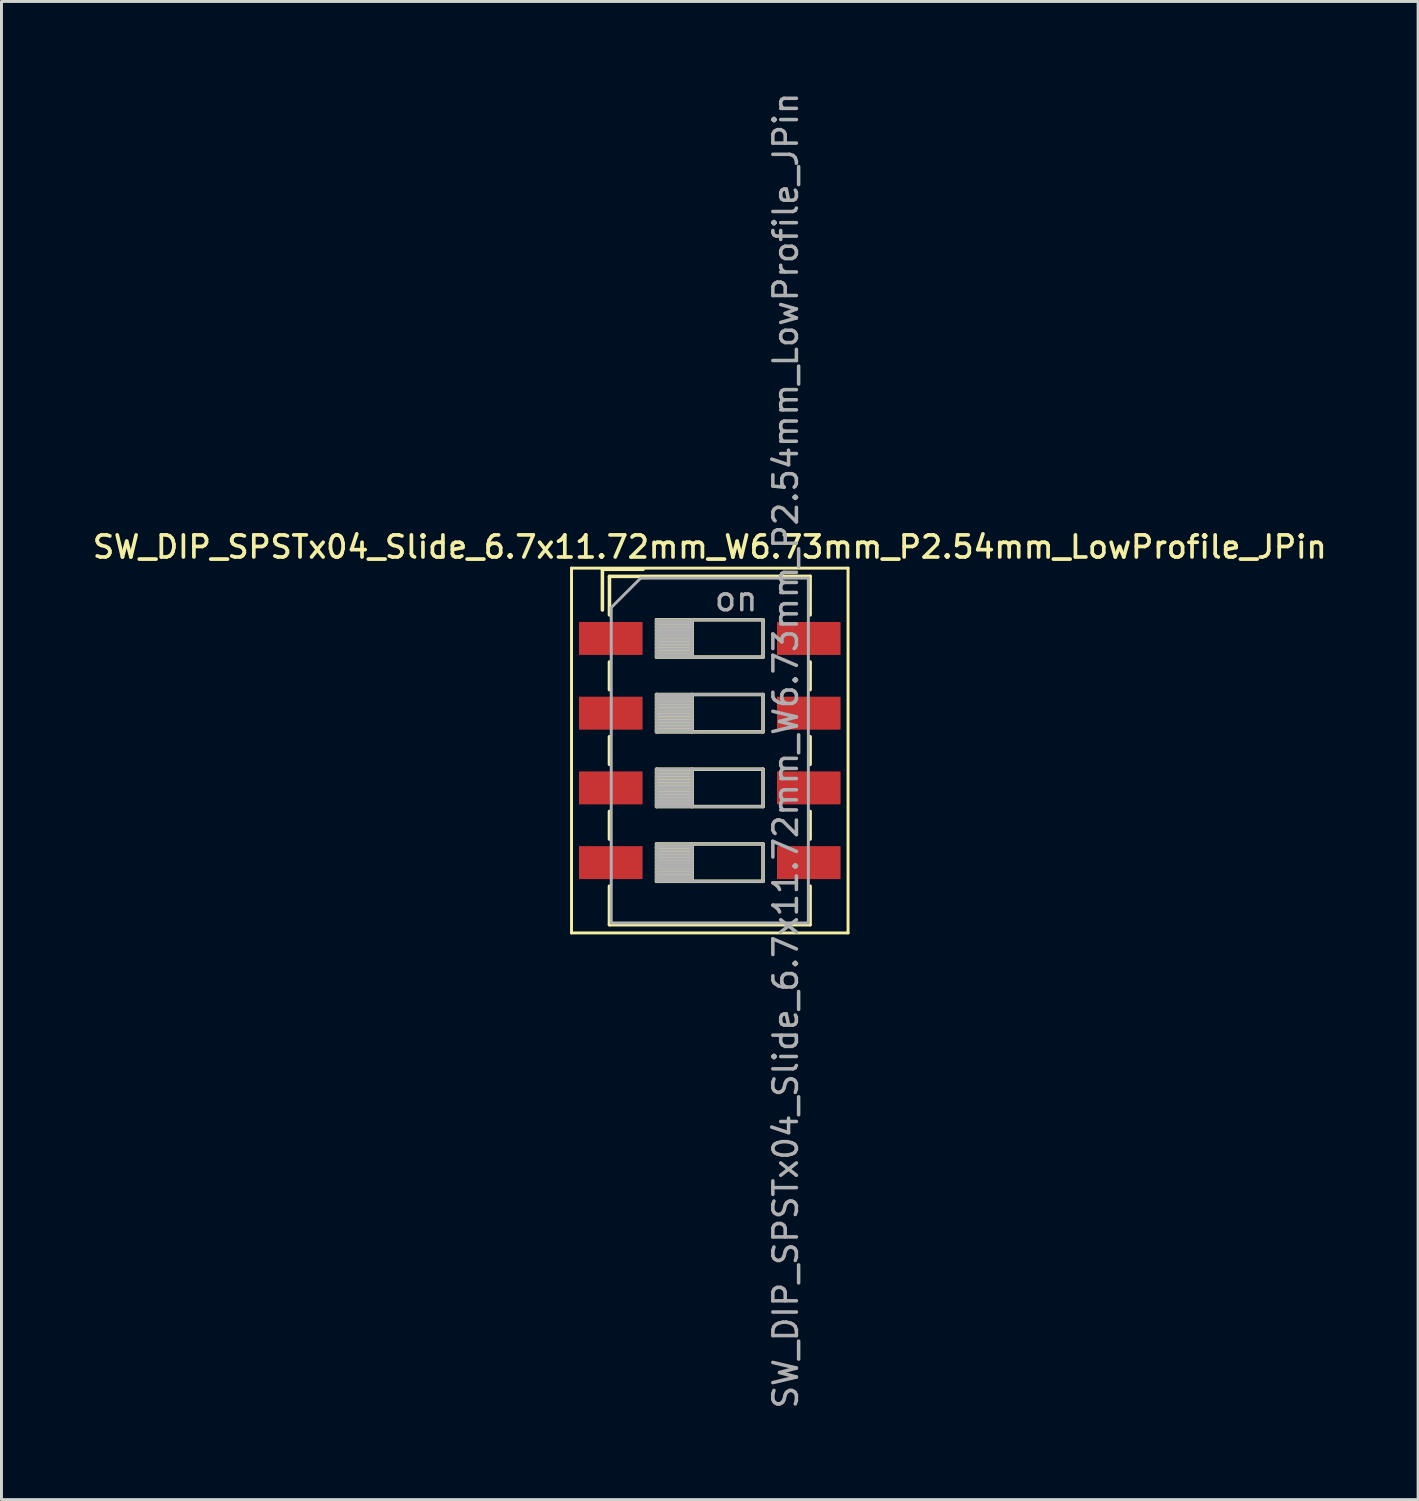
<source format=kicad_pcb>
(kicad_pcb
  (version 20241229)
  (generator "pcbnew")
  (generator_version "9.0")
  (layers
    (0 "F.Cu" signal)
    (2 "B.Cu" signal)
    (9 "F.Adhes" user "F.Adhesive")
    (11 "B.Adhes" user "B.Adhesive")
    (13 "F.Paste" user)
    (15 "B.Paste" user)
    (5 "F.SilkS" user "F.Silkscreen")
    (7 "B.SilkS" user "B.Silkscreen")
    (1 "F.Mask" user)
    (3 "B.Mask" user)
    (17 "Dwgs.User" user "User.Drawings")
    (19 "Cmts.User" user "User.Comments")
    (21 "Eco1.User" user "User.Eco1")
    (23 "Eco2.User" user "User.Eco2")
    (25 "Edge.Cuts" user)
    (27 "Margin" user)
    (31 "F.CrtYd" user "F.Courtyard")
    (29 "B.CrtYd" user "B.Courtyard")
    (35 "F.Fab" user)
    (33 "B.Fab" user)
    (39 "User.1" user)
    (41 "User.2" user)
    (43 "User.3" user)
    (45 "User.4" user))
  (footprint "SW_DIP_SPSTx04_Slide_6.7x11.72mm_W6.73mm_P2.54mm_LowProfile_JPin"
    (layer "F.Cu")
    (at 21.077 22.462)
    (property "Reference" "SW_DIP_SPSTx04_Slide_6.7x11.72mm_W6.73mm_P2.54mm_LowProfile_JPin" (at 0 -6.92 0) (layer "F.SilkS") (effects (font (size 0.75 0.75) (thickness 0.125))))
    (attr smd)
    (fp_line (start -4.7 -6.2) (end -4.7 6.2) (stroke (width 0.1) (type solid)) (layer "F.SilkS"))
    (fp_line (start -4.7 6.2) (end 4.7 6.2) (stroke (width 0.1) (type solid)) (layer "F.SilkS"))
    (fp_line (start -3.65 -6.16) (end -3.65 -4.777) (stroke (width 0.12) (type solid)) (layer "F.SilkS"))
    (fp_line (start -3.65 -6.16) (end -2.267 -6.16) (stroke (width 0.12) (type solid)) (layer "F.SilkS"))
    (fp_line (start -3.41 -5.92) (end -3.41 -4.61) (stroke (width 0.12) (type solid)) (layer "F.SilkS"))
    (fp_line (start -3.41 -5.92) (end 3.41 -5.92) (stroke (width 0.12) (type solid)) (layer "F.SilkS"))
    (fp_line (start -3.41 -3.01) (end -3.41 -2.07) (stroke (width 0.12) (type solid)) (layer "F.SilkS"))
    (fp_line (start -3.41 -0.47) (end -3.41 0.47) (stroke (width 0.12) (type solid)) (layer "F.SilkS"))
    (fp_line (start -3.41 2.07) (end -3.41 3.01) (stroke (width 0.12) (type solid)) (layer "F.SilkS"))
    (fp_line (start -3.41 4.61) (end -3.41 5.92) (stroke (width 0.12) (type solid)) (layer "F.SilkS"))
    (fp_line (start -3.41 5.92) (end 3.41 5.92) (stroke (width 0.12) (type solid)) (layer "F.SilkS"))
    (fp_line (start -1.81 -4.445) (end -1.81 -3.175) (stroke (width 0.12) (type solid)) (layer "F.SilkS"))
    (fp_line (start -1.81 -4.325) (end -0.603 -4.325) (stroke (width 0.12) (type solid)) (layer "F.SilkS"))
    (fp_line (start -1.81 -4.205) (end -0.603 -4.205) (stroke (width 0.12) (type solid)) (layer "F.SilkS"))
    (fp_line (start -1.81 -4.085) (end -0.603 -4.085) (stroke (width 0.12) (type solid)) (layer "F.SilkS"))
    (fp_line (start -1.81 -3.965) (end -0.603 -3.965) (stroke (width 0.12) (type solid)) (layer "F.SilkS"))
    (fp_line (start -1.81 -3.845) (end -0.603 -3.845) (stroke (width 0.12) (type solid)) (layer "F.SilkS"))
    (fp_line (start -1.81 -3.725) (end -0.603 -3.725) (stroke (width 0.12) (type solid)) (layer "F.SilkS"))
    (fp_line (start -1.81 -3.605) (end -0.603 -3.605) (stroke (width 0.12) (type solid)) (layer "F.SilkS"))
    (fp_line (start -1.81 -3.485) (end -0.603 -3.485) (stroke (width 0.12) (type solid)) (layer "F.SilkS"))
    (fp_line (start -1.81 -3.365) (end -0.603 -3.365) (stroke (width 0.12) (type solid)) (layer "F.SilkS"))
    (fp_line (start -1.81 -3.245) (end -0.603 -3.245) (stroke (width 0.12) (type solid)) (layer "F.SilkS"))
    (fp_line (start -1.81 -3.175) (end 1.81 -3.175) (stroke (width 0.12) (type solid)) (layer "F.SilkS"))
    (fp_line (start -1.81 -1.905) (end -1.81 -0.635) (stroke (width 0.12) (type solid)) (layer "F.SilkS"))
    (fp_line (start -1.81 -1.785) (end -0.603 -1.785) (stroke (width 0.12) (type solid)) (layer "F.SilkS"))
    (fp_line (start -1.81 -1.665) (end -0.603 -1.665) (stroke (width 0.12) (type solid)) (layer "F.SilkS"))
    (fp_line (start -1.81 -1.545) (end -0.603 -1.545) (stroke (width 0.12) (type solid)) (layer "F.SilkS"))
    (fp_line (start -1.81 -1.425) (end -0.603 -1.425) (stroke (width 0.12) (type solid)) (layer "F.SilkS"))
    (fp_line (start -1.81 -1.305) (end -0.603 -1.305) (stroke (width 0.12) (type solid)) (layer "F.SilkS"))
    (fp_line (start -1.81 -1.185) (end -0.603 -1.185) (stroke (width 0.12) (type solid)) (layer "F.SilkS"))
    (fp_line (start -1.81 -1.065) (end -0.603 -1.065) (stroke (width 0.12) (type solid)) (layer "F.SilkS"))
    (fp_line (start -1.81 -0.945) (end -0.603 -0.945) (stroke (width 0.12) (type solid)) (layer "F.SilkS"))
    (fp_line (start -1.81 -0.825) (end -0.603 -0.825) (stroke (width 0.12) (type solid)) (layer "F.SilkS"))
    (fp_line (start -1.81 -0.705) (end -0.603 -0.705) (stroke (width 0.12) (type solid)) (layer "F.SilkS"))
    (fp_line (start -1.81 -0.635) (end 1.81 -0.635) (stroke (width 0.12) (type solid)) (layer "F.SilkS"))
    (fp_line (start -1.81 0.635) (end -1.81 1.905) (stroke (width 0.12) (type solid)) (layer "F.SilkS"))
    (fp_line (start -1.81 0.755) (end -0.603 0.755) (stroke (width 0.12) (type solid)) (layer "F.SilkS"))
    (fp_line (start -1.81 0.875) (end -0.603 0.875) (stroke (width 0.12) (type solid)) (layer "F.SilkS"))
    (fp_line (start -1.81 0.995) (end -0.603 0.995) (stroke (width 0.12) (type solid)) (layer "F.SilkS"))
    (fp_line (start -1.81 1.115) (end -0.603 1.115) (stroke (width 0.12) (type solid)) (layer "F.SilkS"))
    (fp_line (start -1.81 1.235) (end -0.603 1.235) (stroke (width 0.12) (type solid)) (layer "F.SilkS"))
    (fp_line (start -1.81 1.355) (end -0.603 1.355) (stroke (width 0.12) (type solid)) (layer "F.SilkS"))
    (fp_line (start -1.81 1.475) (end -0.603 1.475) (stroke (width 0.12) (type solid)) (layer "F.SilkS"))
    (fp_line (start -1.81 1.595) (end -0.603 1.595) (stroke (width 0.12) (type solid)) (layer "F.SilkS"))
    (fp_line (start -1.81 1.715) (end -0.603 1.715) (stroke (width 0.12) (type solid)) (layer "F.SilkS"))
    (fp_line (start -1.81 1.835) (end -0.603 1.835) (stroke (width 0.12) (type solid)) (layer "F.SilkS"))
    (fp_line (start -1.81 1.905) (end 1.81 1.905) (stroke (width 0.12) (type solid)) (layer "F.SilkS"))
    (fp_line (start -1.81 3.175) (end -1.81 4.445) (stroke (width 0.12) (type solid)) (layer "F.SilkS"))
    (fp_line (start -1.81 3.295) (end -0.603 3.295) (stroke (width 0.12) (type solid)) (layer "F.SilkS"))
    (fp_line (start -1.81 3.415) (end -0.603 3.415) (stroke (width 0.12) (type solid)) (layer "F.SilkS"))
    (fp_line (start -1.81 3.535) (end -0.603 3.535) (stroke (width 0.12) (type solid)) (layer "F.SilkS"))
    (fp_line (start -1.81 3.655) (end -0.603 3.655) (stroke (width 0.12) (type solid)) (layer "F.SilkS"))
    (fp_line (start -1.81 3.775) (end -0.603 3.775) (stroke (width 0.12) (type solid)) (layer "F.SilkS"))
    (fp_line (start -1.81 3.895) (end -0.603 3.895) (stroke (width 0.12) (type solid)) (layer "F.SilkS"))
    (fp_line (start -1.81 4.015) (end -0.603 4.015) (stroke (width 0.12) (type solid)) (layer "F.SilkS"))
    (fp_line (start -1.81 4.135) (end -0.603 4.135) (stroke (width 0.12) (type solid)) (layer "F.SilkS"))
    (fp_line (start -1.81 4.255) (end -0.603 4.255) (stroke (width 0.12) (type solid)) (layer "F.SilkS"))
    (fp_line (start -1.81 4.375) (end -0.603 4.375) (stroke (width 0.12) (type solid)) (layer "F.SilkS"))
    (fp_line (start -1.81 4.445) (end 1.81 4.445) (stroke (width 0.12) (type solid)) (layer "F.SilkS"))
    (fp_line (start -0.603 -4.445) (end -0.603 -3.175) (stroke (width 0.12) (type solid)) (layer "F.SilkS"))
    (fp_line (start -0.603 -1.905) (end -0.603 -0.635) (stroke (width 0.12) (type solid)) (layer "F.SilkS"))
    (fp_line (start -0.603 0.635) (end -0.603 1.905) (stroke (width 0.12) (type solid)) (layer "F.SilkS"))
    (fp_line (start -0.603 3.175) (end -0.603 4.445) (stroke (width 0.12) (type solid)) (layer "F.SilkS"))
    (fp_line (start 1.81 -4.445) (end -1.81 -4.445) (stroke (width 0.12) (type solid)) (layer "F.SilkS"))
    (fp_line (start 1.81 -3.175) (end 1.81 -4.445) (stroke (width 0.12) (type solid)) (layer "F.SilkS"))
    (fp_line (start 1.81 -1.905) (end -1.81 -1.905) (stroke (width 0.12) (type solid)) (layer "F.SilkS"))
    (fp_line (start 1.81 -0.635) (end 1.81 -1.905) (stroke (width 0.12) (type solid)) (layer "F.SilkS"))
    (fp_line (start 1.81 0.635) (end -1.81 0.635) (stroke (width 0.12) (type solid)) (layer "F.SilkS"))
    (fp_line (start 1.81 1.905) (end 1.81 0.635) (stroke (width 0.12) (type solid)) (layer "F.SilkS"))
    (fp_line (start 1.81 3.175) (end -1.81 3.175) (stroke (width 0.12) (type solid)) (layer "F.SilkS"))
    (fp_line (start 1.81 4.445) (end 1.81 3.175) (stroke (width 0.12) (type solid)) (layer "F.SilkS"))
    (fp_line (start 3.41 -5.92) (end 3.41 -4.61) (stroke (width 0.12) (type solid)) (layer "F.SilkS"))
    (fp_line (start 3.41 -3.01) (end 3.41 -2.07) (stroke (width 0.12) (type solid)) (layer "F.SilkS"))
    (fp_line (start 3.41 -0.47) (end 3.41 0.47) (stroke (width 0.12) (type solid)) (layer "F.SilkS"))
    (fp_line (start 3.41 2.07) (end 3.41 3.01) (stroke (width 0.12) (type solid)) (layer "F.SilkS"))
    (fp_line (start 3.41 4.61) (end 3.41 5.92) (stroke (width 0.12) (type solid)) (layer "F.SilkS"))
    (fp_line (start 4.7 -6.2) (end -4.7 -6.2) (stroke (width 0.1) (type solid)) (layer "F.SilkS"))
    (fp_line (start 4.7 6.2) (end 4.7 -6.2) (stroke (width 0.1) (type solid)) (layer "F.SilkS"))
    (fp_line (start -3.35 -4.86) (end -2.35 -5.86) (stroke (width 0.1) (type solid)) (layer "F.Fab"))
    (fp_line (start -3.35 5.86) (end -3.35 -4.86) (stroke (width 0.1) (type solid)) (layer "F.Fab"))
    (fp_line (start -2.35 -5.86) (end 3.35 -5.86) (stroke (width 0.1) (type solid)) (layer "F.Fab"))
    (fp_line (start -1.81 -4.445) (end -1.81 -3.175) (stroke (width 0.1) (type solid)) (layer "F.Fab"))
    (fp_line (start -1.81 -4.345) (end -0.603 -4.345) (stroke (width 0.1) (type solid)) (layer "F.Fab"))
    (fp_line (start -1.81 -4.245) (end -0.603 -4.245) (stroke (width 0.1) (type solid)) (layer "F.Fab"))
    (fp_line (start -1.81 -4.145) (end -0.603 -4.145) (stroke (width 0.1) (type solid)) (layer "F.Fab"))
    (fp_line (start -1.81 -4.045) (end -0.603 -4.045) (stroke (width 0.1) (type solid)) (layer "F.Fab"))
    (fp_line (start -1.81 -3.945) (end -0.603 -3.945) (stroke (width 0.1) (type solid)) (layer "F.Fab"))
    (fp_line (start -1.81 -3.845) (end -0.603 -3.845) (stroke (width 0.1) (type solid)) (layer "F.Fab"))
    (fp_line (start -1.81 -3.745) (end -0.603 -3.745) (stroke (width 0.1) (type solid)) (layer "F.Fab"))
    (fp_line (start -1.81 -3.645) (end -0.603 -3.645) (stroke (width 0.1) (type solid)) (layer "F.Fab"))
    (fp_line (start -1.81 -3.545) (end -0.603 -3.545) (stroke (width 0.1) (type solid)) (layer "F.Fab"))
    (fp_line (start -1.81 -3.445) (end -0.603 -3.445) (stroke (width 0.1) (type solid)) (layer "F.Fab"))
    (fp_line (start -1.81 -3.345) (end -0.603 -3.345) (stroke (width 0.1) (type solid)) (layer "F.Fab"))
    (fp_line (start -1.81 -3.245) (end -0.603 -3.245) (stroke (width 0.1) (type solid)) (layer "F.Fab"))
    (fp_line (start -1.81 -3.175) (end 1.81 -3.175) (stroke (width 0.1) (type solid)) (layer "F.Fab"))
    (fp_line (start -1.81 -1.905) (end -1.81 -0.635) (stroke (width 0.1) (type solid)) (layer "F.Fab"))
    (fp_line (start -1.81 -1.805) (end -0.603 -1.805) (stroke (width 0.1) (type solid)) (layer "F.Fab"))
    (fp_line (start -1.81 -1.705) (end -0.603 -1.705) (stroke (width 0.1) (type solid)) (layer "F.Fab"))
    (fp_line (start -1.81 -1.605) (end -0.603 -1.605) (stroke (width 0.1) (type solid)) (layer "F.Fab"))
    (fp_line (start -1.81 -1.505) (end -0.603 -1.505) (stroke (width 0.1) (type solid)) (layer "F.Fab"))
    (fp_line (start -1.81 -1.405) (end -0.603 -1.405) (stroke (width 0.1) (type solid)) (layer "F.Fab"))
    (fp_line (start -1.81 -1.305) (end -0.603 -1.305) (stroke (width 0.1) (type solid)) (layer "F.Fab"))
    (fp_line (start -1.81 -1.205) (end -0.603 -1.205) (stroke (width 0.1) (type solid)) (layer "F.Fab"))
    (fp_line (start -1.81 -1.105) (end -0.603 -1.105) (stroke (width 0.1) (type solid)) (layer "F.Fab"))
    (fp_line (start -1.81 -1.005) (end -0.603 -1.005) (stroke (width 0.1) (type solid)) (layer "F.Fab"))
    (fp_line (start -1.81 -0.905) (end -0.603 -0.905) (stroke (width 0.1) (type solid)) (layer "F.Fab"))
    (fp_line (start -1.81 -0.805) (end -0.603 -0.805) (stroke (width 0.1) (type solid)) (layer "F.Fab"))
    (fp_line (start -1.81 -0.705) (end -0.603 -0.705) (stroke (width 0.1) (type solid)) (layer "F.Fab"))
    (fp_line (start -1.81 -0.635) (end 1.81 -0.635) (stroke (width 0.1) (type solid)) (layer "F.Fab"))
    (fp_line (start -1.81 0.635) (end -1.81 1.905) (stroke (width 0.1) (type solid)) (layer "F.Fab"))
    (fp_line (start -1.81 0.735) (end -0.603 0.735) (stroke (width 0.1) (type solid)) (layer "F.Fab"))
    (fp_line (start -1.81 0.835) (end -0.603 0.835) (stroke (width 0.1) (type solid)) (layer "F.Fab"))
    (fp_line (start -1.81 0.935) (end -0.603 0.935) (stroke (width 0.1) (type solid)) (layer "F.Fab"))
    (fp_line (start -1.81 1.035) (end -0.603 1.035) (stroke (width 0.1) (type solid)) (layer "F.Fab"))
    (fp_line (start -1.81 1.135) (end -0.603 1.135) (stroke (width 0.1) (type solid)) (layer "F.Fab"))
    (fp_line (start -1.81 1.235) (end -0.603 1.235) (stroke (width 0.1) (type solid)) (layer "F.Fab"))
    (fp_line (start -1.81 1.335) (end -0.603 1.335) (stroke (width 0.1) (type solid)) (layer "F.Fab"))
    (fp_line (start -1.81 1.435) (end -0.603 1.435) (stroke (width 0.1) (type solid)) (layer "F.Fab"))
    (fp_line (start -1.81 1.535) (end -0.603 1.535) (stroke (width 0.1) (type solid)) (layer "F.Fab"))
    (fp_line (start -1.81 1.635) (end -0.603 1.635) (stroke (width 0.1) (type solid)) (layer "F.Fab"))
    (fp_line (start -1.81 1.735) (end -0.603 1.735) (stroke (width 0.1) (type solid)) (layer "F.Fab"))
    (fp_line (start -1.81 1.835) (end -0.603 1.835) (stroke (width 0.1) (type solid)) (layer "F.Fab"))
    (fp_line (start -1.81 1.905) (end 1.81 1.905) (stroke (width 0.1) (type solid)) (layer "F.Fab"))
    (fp_line (start -1.81 3.175) (end -1.81 4.445) (stroke (width 0.1) (type solid)) (layer "F.Fab"))
    (fp_line (start -1.81 3.275) (end -0.603 3.275) (stroke (width 0.1) (type solid)) (layer "F.Fab"))
    (fp_line (start -1.81 3.375) (end -0.603 3.375) (stroke (width 0.1) (type solid)) (layer "F.Fab"))
    (fp_line (start -1.81 3.475) (end -0.603 3.475) (stroke (width 0.1) (type solid)) (layer "F.Fab"))
    (fp_line (start -1.81 3.575) (end -0.603 3.575) (stroke (width 0.1) (type solid)) (layer "F.Fab"))
    (fp_line (start -1.81 3.675) (end -0.603 3.675) (stroke (width 0.1) (type solid)) (layer "F.Fab"))
    (fp_line (start -1.81 3.775) (end -0.603 3.775) (stroke (width 0.1) (type solid)) (layer "F.Fab"))
    (fp_line (start -1.81 3.875) (end -0.603 3.875) (stroke (width 0.1) (type solid)) (layer "F.Fab"))
    (fp_line (start -1.81 3.975) (end -0.603 3.975) (stroke (width 0.1) (type solid)) (layer "F.Fab"))
    (fp_line (start -1.81 4.075) (end -0.603 4.075) (stroke (width 0.1) (type solid)) (layer "F.Fab"))
    (fp_line (start -1.81 4.175) (end -0.603 4.175) (stroke (width 0.1) (type solid)) (layer "F.Fab"))
    (fp_line (start -1.81 4.275) (end -0.603 4.275) (stroke (width 0.1) (type solid)) (layer "F.Fab"))
    (fp_line (start -1.81 4.375) (end -0.603 4.375) (stroke (width 0.1) (type solid)) (layer "F.Fab"))
    (fp_line (start -1.81 4.445) (end 1.81 4.445) (stroke (width 0.1) (type solid)) (layer "F.Fab"))
    (fp_line (start -0.603 -4.445) (end -0.603 -3.175) (stroke (width 0.1) (type solid)) (layer "F.Fab"))
    (fp_line (start -0.603 -1.905) (end -0.603 -0.635) (stroke (width 0.1) (type solid)) (layer "F.Fab"))
    (fp_line (start -0.603 0.635) (end -0.603 1.905) (stroke (width 0.1) (type solid)) (layer "F.Fab"))
    (fp_line (start -0.603 3.175) (end -0.603 4.445) (stroke (width 0.1) (type solid)) (layer "F.Fab"))
    (fp_line (start 1.81 -4.445) (end -1.81 -4.445) (stroke (width 0.1) (type solid)) (layer "F.Fab"))
    (fp_line (start 1.81 -3.175) (end 1.81 -4.445) (stroke (width 0.1) (type solid)) (layer "F.Fab"))
    (fp_line (start 1.81 -1.905) (end -1.81 -1.905) (stroke (width 0.1) (type solid)) (layer "F.Fab"))
    (fp_line (start 1.81 -0.635) (end 1.81 -1.905) (stroke (width 0.1) (type solid)) (layer "F.Fab"))
    (fp_line (start 1.81 0.635) (end -1.81 0.635) (stroke (width 0.1) (type solid)) (layer "F.Fab"))
    (fp_line (start 1.81 1.905) (end 1.81 0.635) (stroke (width 0.1) (type solid)) (layer "F.Fab"))
    (fp_line (start 1.81 3.175) (end -1.81 3.175) (stroke (width 0.1) (type solid)) (layer "F.Fab"))
    (fp_line (start 1.81 4.445) (end 1.81 3.175) (stroke (width 0.1) (type solid)) (layer "F.Fab"))
    (fp_line (start 3.35 -5.86) (end 3.35 5.86) (stroke (width 0.1) (type solid)) (layer "F.Fab"))
    (fp_line (start 3.35 5.86) (end -3.35 5.86) (stroke (width 0.1) (type solid)) (layer "F.Fab"))
    (fp_text user "on" (at 0.897 -5.152 0) (layer "F.Fab") (effects (font (size 0.8 0.8) (thickness 0.12))))
    (fp_text user "${REFERENCE}" (at 2.58 0 90) (layer "F.Fab") (effects (font (size 0.8 0.8) (thickness 0.12))))
    (pad "1" smd rect (at -3.365 -3.81) (size 2.16 1.12) (layers "F.Cu" "F.Mask" "F.Paste"))
    (pad "2" smd rect (at -3.365 -1.27) (size 2.16 1.12) (layers "F.Cu" "F.Mask" "F.Paste"))
    (pad "3" smd rect (at -3.365 1.27) (size 2.16 1.12) (layers "F.Cu" "F.Mask" "F.Paste"))
    (pad "4" smd rect (at -3.365 3.81) (size 2.16 1.12) (layers "F.Cu" "F.Mask" "F.Paste"))
    (pad "5" smd rect (at 3.365 3.81) (size 2.16 1.12) (layers "F.Cu" "F.Mask" "F.Paste"))
    (pad "6" smd rect (at 3.365 1.27) (size 2.16 1.12) (layers "F.Cu" "F.Mask" "F.Paste"))
    (pad "7" smd rect (at 3.365 -1.27) (size 2.16 1.12) (layers "F.Cu" "F.Mask" "F.Paste"))
    (pad "8" smd rect (at 3.365 -3.81) (size 2.16 1.12) (layers "F.Cu" "F.Mask" "F.Paste")))
  (gr_rect
    (start -3 -3)
    (end 45.154 47.924)
    (stroke (width 0.1) (type default))
    (fill no)
    (layer "Edge.Cuts")))
</source>
